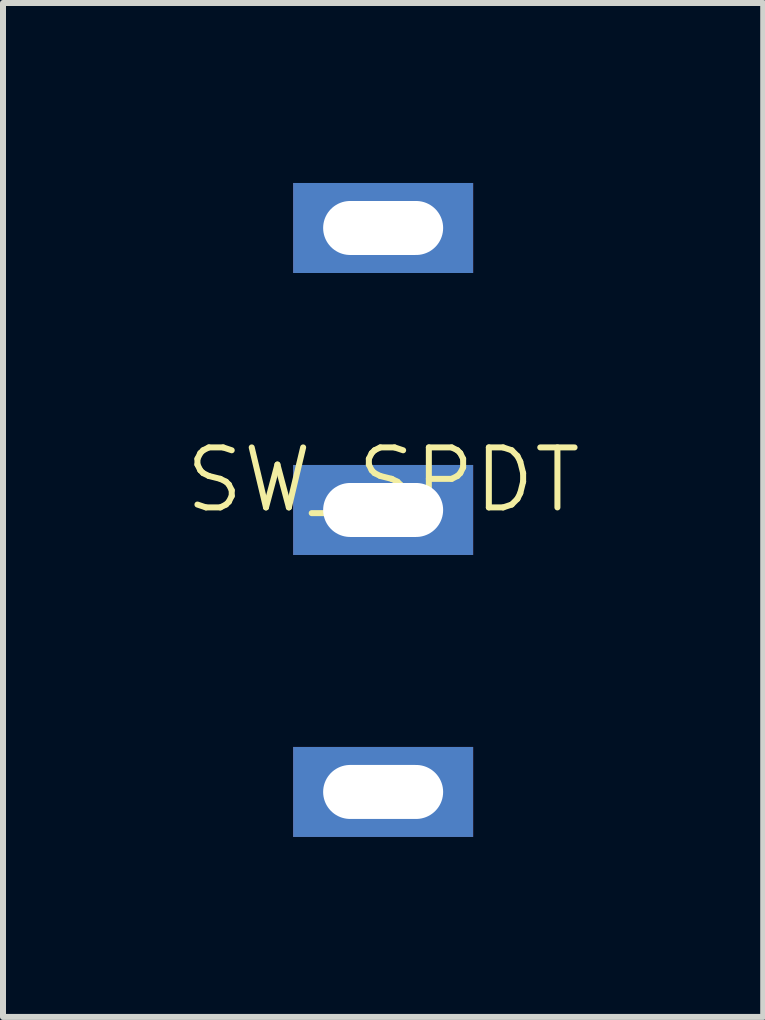
<source format=kicad_pcb>
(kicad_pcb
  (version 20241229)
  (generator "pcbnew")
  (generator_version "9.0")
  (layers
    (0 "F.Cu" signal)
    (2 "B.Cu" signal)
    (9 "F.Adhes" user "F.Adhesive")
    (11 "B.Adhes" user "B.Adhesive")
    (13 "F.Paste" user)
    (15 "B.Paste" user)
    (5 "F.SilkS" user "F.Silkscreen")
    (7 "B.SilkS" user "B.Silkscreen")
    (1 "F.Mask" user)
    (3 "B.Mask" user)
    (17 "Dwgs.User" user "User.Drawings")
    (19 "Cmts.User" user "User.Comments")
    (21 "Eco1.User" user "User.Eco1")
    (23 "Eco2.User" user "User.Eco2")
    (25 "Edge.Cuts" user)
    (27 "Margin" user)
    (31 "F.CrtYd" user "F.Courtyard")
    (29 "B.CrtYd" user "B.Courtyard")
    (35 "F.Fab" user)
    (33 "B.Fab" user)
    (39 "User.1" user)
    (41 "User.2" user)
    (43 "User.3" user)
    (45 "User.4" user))
  (footprint "SW_SPDT"
    (layer "F.Cu")
    (at 3.336 5.45)
    (property "Reference" "SW_SPDT" (at 0 -0.5 0) (unlocked yes) (layer "F.SilkS") (effects (font (size 1 1) (thickness 0.1))))
    (attr through_hole)
    (pad "1" thru_hole rect (at 0 -4.7) (size 3 1.5) (drill oval 2 0.9) (layers "*.Cu" "*.Mask"))
    (pad "2" thru_hole rect (at 0 0) (size 3 1.5) (drill oval 2 0.9) (layers "*.Cu" "*.Mask"))
    (pad "3" thru_hole rect (at 0 4.7) (size 3 1.5) (drill oval 2 0.9) (layers "*.Cu" "*.Mask")))
  (gr_rect
    (start -3 -3)
    (end 9.671 13.9)
    (stroke (width 0.1) (type default))
    (fill no)
    (layer "Edge.Cuts")))
</source>
